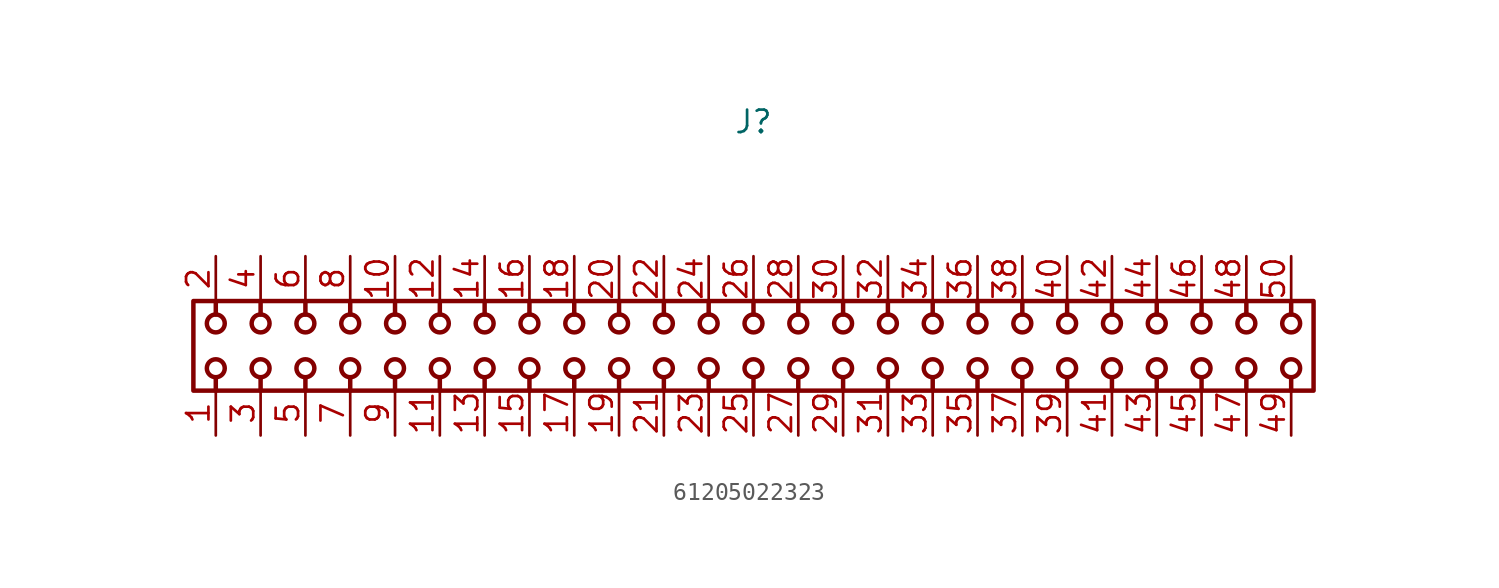
<source format=kicad_sym>
(kicad_symbol_lib
  (version 20241209)
  (generator "kicad_symbol_editor")
  (generator_version "9.0")
  (symbol "61205022323"
    (pin_names
      (hide yes))
    (property "Reference" "J"
      (at 0 12.7 0)
      (effects (font (size 1.27 1.27))))
    (symbol "61205022323_1_1"
      (rectangle (start -31.75 2.54) (end 31.75 -2.54) (stroke (width 0.254) (type solid)) (fill (type none)))
      (polyline (pts (xy -30.48 1.778) (xy -30.48 2.54)) (stroke (width 0.254) (type solid)) (fill (type none)))
      (circle (center -30.48 1.27) (radius 0.508) (stroke (width 0.254) (type solid)) (fill (type none)))
      (circle (center -30.48 -1.27) (radius 0.508) (stroke (width 0.254) (type solid)) (fill (type none)))
      (polyline (pts (xy -30.48 -1.778) (xy -30.48 -2.54)) (stroke (width 0.254) (type solid)) (fill (type none)))
      (polyline (pts (xy -27.94 1.778) (xy -27.94 2.54)) (stroke (width 0.254) (type solid)) (fill (type none)))
      (circle (center -27.94 1.27) (radius 0.508) (stroke (width 0.254) (type solid)) (fill (type none)))
      (circle (center -27.94 -1.27) (radius 0.508) (stroke (width 0.254) (type solid)) (fill (type none)))
      (polyline (pts (xy -27.94 -1.778) (xy -27.94 -2.54)) (stroke (width 0.254) (type solid)) (fill (type none)))
      (polyline (pts (xy -25.4 1.778) (xy -25.4 2.54)) (stroke (width 0.254) (type solid)) (fill (type none)))
      (circle (center -25.4 1.27) (radius 0.508) (stroke (width 0.254) (type solid)) (fill (type none)))
      (circle (center -25.4 -1.27) (radius 0.508) (stroke (width 0.254) (type solid)) (fill (type none)))
      (polyline (pts (xy -25.4 -1.778) (xy -25.4 -2.54)) (stroke (width 0.254) (type solid)) (fill (type none)))
      (polyline (pts (xy -22.86 1.778) (xy -22.86 2.54)) (stroke (width 0.254) (type solid)) (fill (type none)))
      (circle (center -22.86 1.27) (radius 0.508) (stroke (width 0.254) (type solid)) (fill (type none)))
      (circle (center -22.86 -1.27) (radius 0.508) (stroke (width 0.254) (type solid)) (fill (type none)))
      (polyline (pts (xy -22.86 -1.778) (xy -22.86 -2.54)) (stroke (width 0.254) (type solid)) (fill (type none)))
      (polyline (pts (xy -20.32 1.778) (xy -20.32 2.54)) (stroke (width 0.254) (type solid)) (fill (type none)))
      (circle (center -20.32 1.27) (radius 0.508) (stroke (width 0.254) (type solid)) (fill (type none)))
      (circle (center -20.32 -1.27) (radius 0.508) (stroke (width 0.254) (type solid)) (fill (type none)))
      (polyline (pts (xy -20.32 -1.778) (xy -20.32 -2.54)) (stroke (width 0.254) (type solid)) (fill (type none)))
      (polyline (pts (xy -17.78 1.778) (xy -17.78 2.54)) (stroke (width 0.254) (type solid)) (fill (type none)))
      (circle (center -17.78 1.27) (radius 0.508) (stroke (width 0.254) (type solid)) (fill (type none)))
      (circle (center -17.78 -1.27) (radius 0.508) (stroke (width 0.254) (type solid)) (fill (type none)))
      (polyline (pts (xy -17.78 -1.778) (xy -17.78 -2.54)) (stroke (width 0.254) (type solid)) (fill (type none)))
      (polyline (pts (xy -15.24 1.778) (xy -15.24 2.54)) (stroke (width 0.254) (type solid)) (fill (type none)))
      (circle (center -15.24 1.27) (radius 0.508) (stroke (width 0.254) (type solid)) (fill (type none)))
      (circle (center -15.24 -1.27) (radius 0.508) (stroke (width 0.254) (type solid)) (fill (type none)))
      (polyline (pts (xy -15.24 -1.778) (xy -15.24 -2.54)) (stroke (width 0.254) (type solid)) (fill (type none)))
      (polyline (pts (xy -12.7 1.778) (xy -12.7 2.54)) (stroke (width 0.254) (type solid)) (fill (type none)))
      (circle (center -12.7 1.27) (radius 0.508) (stroke (width 0.254) (type solid)) (fill (type none)))
      (circle (center -12.7 -1.27) (radius 0.508) (stroke (width 0.254) (type solid)) (fill (type none)))
      (polyline (pts (xy -12.7 -1.778) (xy -12.7 -2.54)) (stroke (width 0.254) (type solid)) (fill (type none)))
      (polyline (pts (xy -10.16 1.778) (xy -10.16 2.54)) (stroke (width 0.254) (type solid)) (fill (type none)))
      (circle (center -10.16 1.27) (radius 0.508) (stroke (width 0.254) (type solid)) (fill (type none)))
      (circle (center -10.16 -1.27) (radius 0.508) (stroke (width 0.254) (type solid)) (fill (type none)))
      (polyline (pts (xy -10.16 -1.778) (xy -10.16 -2.54)) (stroke (width 0.254) (type solid)) (fill (type none)))
      (polyline (pts (xy -7.62 1.778) (xy -7.62 2.54)) (stroke (width 0.254) (type solid)) (fill (type none)))
      (circle (center -7.62 1.27) (radius 0.508) (stroke (width 0.254) (type solid)) (fill (type none)))
      (circle (center -7.62 -1.27) (radius 0.508) (stroke (width 0.254) (type solid)) (fill (type none)))
      (polyline (pts (xy -7.62 -1.778) (xy -7.62 -2.54)) (stroke (width 0.254) (type solid)) (fill (type none)))
      (polyline (pts (xy -5.08 1.778) (xy -5.08 2.54)) (stroke (width 0.254) (type solid)) (fill (type none)))
      (circle (center -5.08 1.27) (radius 0.508) (stroke (width 0.254) (type solid)) (fill (type none)))
      (circle (center -5.08 -1.27) (radius 0.508) (stroke (width 0.254) (type solid)) (fill (type none)))
      (polyline (pts (xy -5.08 -1.778) (xy -5.08 -2.54)) (stroke (width 0.254) (type solid)) (fill (type none)))
      (polyline (pts (xy -2.54 1.778) (xy -2.54 2.54)) (stroke (width 0.254) (type solid)) (fill (type none)))
      (circle (center -2.54 1.27) (radius 0.508) (stroke (width 0.254) (type solid)) (fill (type none)))
      (circle (center -2.54 -1.27) (radius 0.508) (stroke (width 0.254) (type solid)) (fill (type none)))
      (polyline (pts (xy -2.54 -1.778) (xy -2.54 -2.54)) (stroke (width 0.254) (type solid)) (fill (type none)))
      (polyline (pts (xy 0 1.778) (xy 0 2.54)) (stroke (width 0.254) (type solid)) (fill (type none)))
      (circle (center 0 1.27) (radius 0.508) (stroke (width 0.254) (type solid)) (fill (type none)))
      (circle (center 0 -1.27) (radius 0.508) (stroke (width 0.254) (type solid)) (fill (type none)))
      (polyline (pts (xy 0 -1.778) (xy 0 -2.54)) (stroke (width 0.254) (type solid)) (fill (type none)))
      (polyline (pts (xy 2.54 1.778) (xy 2.54 2.54)) (stroke (width 0.254) (type solid)) (fill (type none)))
      (circle (center 2.54 1.27) (radius 0.508) (stroke (width 0.254) (type solid)) (fill (type none)))
      (circle (center 2.54 -1.27) (radius 0.508) (stroke (width 0.254) (type solid)) (fill (type none)))
      (polyline (pts (xy 2.54 -1.778) (xy 2.54 -2.54)) (stroke (width 0.254) (type solid)) (fill (type none)))
      (polyline (pts (xy 5.08 1.778) (xy 5.08 2.54)) (stroke (width 0.254) (type solid)) (fill (type none)))
      (circle (center 5.08 1.27) (radius 0.508) (stroke (width 0.254) (type solid)) (fill (type none)))
      (circle (center 5.08 -1.27) (radius 0.508) (stroke (width 0.254) (type solid)) (fill (type none)))
      (polyline (pts (xy 5.08 -1.778) (xy 5.08 -2.54)) (stroke (width 0.254) (type solid)) (fill (type none)))
      (polyline (pts (xy 7.62 1.778) (xy 7.62 2.54)) (stroke (width 0.254) (type solid)) (fill (type none)))
      (circle (center 7.62 1.27) (radius 0.508) (stroke (width 0.254) (type solid)) (fill (type none)))
      (circle (center 7.62 -1.27) (radius 0.508) (stroke (width 0.254) (type solid)) (fill (type none)))
      (polyline (pts (xy 7.62 -1.778) (xy 7.62 -2.54)) (stroke (width 0.254) (type solid)) (fill (type none)))
      (polyline (pts (xy 10.16 1.778) (xy 10.16 2.54)) (stroke (width 0.254) (type solid)) (fill (type none)))
      (circle (center 10.16 1.27) (radius 0.508) (stroke (width 0.254) (type solid)) (fill (type none)))
      (circle (center 10.16 -1.27) (radius 0.508) (stroke (width 0.254) (type solid)) (fill (type none)))
      (polyline (pts (xy 10.16 -1.778) (xy 10.16 -2.54)) (stroke (width 0.254) (type solid)) (fill (type none)))
      (polyline (pts (xy 12.7 1.778) (xy 12.7 2.54)) (stroke (width 0.254) (type solid)) (fill (type none)))
      (circle (center 12.7 1.27) (radius 0.508) (stroke (width 0.254) (type solid)) (fill (type none)))
      (circle (center 12.7 -1.27) (radius 0.508) (stroke (width 0.254) (type solid)) (fill (type none)))
      (polyline (pts (xy 12.7 -1.778) (xy 12.7 -2.54)) (stroke (width 0.254) (type solid)) (fill (type none)))
      (polyline (pts (xy 15.24 1.778) (xy 15.24 2.54)) (stroke (width 0.254) (type solid)) (fill (type none)))
      (circle (center 15.24 1.27) (radius 0.508) (stroke (width 0.254) (type solid)) (fill (type none)))
      (circle (center 15.24 -1.27) (radius 0.508) (stroke (width 0.254) (type solid)) (fill (type none)))
      (polyline (pts (xy 15.24 -1.778) (xy 15.24 -2.54)) (stroke (width 0.254) (type solid)) (fill (type none)))
      (polyline (pts (xy 17.78 1.778) (xy 17.78 2.54)) (stroke (width 0.254) (type solid)) (fill (type none)))
      (circle (center 17.78 1.27) (radius 0.508) (stroke (width 0.254) (type solid)) (fill (type none)))
      (circle (center 17.78 -1.27) (radius 0.508) (stroke (width 0.254) (type solid)) (fill (type none)))
      (polyline (pts (xy 17.78 -1.778) (xy 17.78 -2.54)) (stroke (width 0.254) (type solid)) (fill (type none)))
      (polyline (pts (xy 20.32 1.778) (xy 20.32 2.54)) (stroke (width 0.254) (type solid)) (fill (type none)))
      (circle (center 20.32 1.27) (radius 0.508) (stroke (width 0.254) (type solid)) (fill (type none)))
      (circle (center 20.32 -1.27) (radius 0.508) (stroke (width 0.254) (type solid)) (fill (type none)))
      (polyline (pts (xy 20.32 -1.778) (xy 20.32 -2.54)) (stroke (width 0.254) (type solid)) (fill (type none)))
      (polyline (pts (xy 22.86 1.778) (xy 22.86 2.54)) (stroke (width 0.254) (type solid)) (fill (type none)))
      (circle (center 22.86 1.27) (radius 0.508) (stroke (width 0.254) (type solid)) (fill (type none)))
      (circle (center 22.86 -1.27) (radius 0.508) (stroke (width 0.254) (type solid)) (fill (type none)))
      (polyline (pts (xy 22.86 -1.778) (xy 22.86 -2.54)) (stroke (width 0.254) (type solid)) (fill (type none)))
      (polyline (pts (xy 25.4 1.778) (xy 25.4 2.54)) (stroke (width 0.254) (type solid)) (fill (type none)))
      (circle (center 25.4 1.27) (radius 0.508) (stroke (width 0.254) (type solid)) (fill (type none)))
      (circle (center 25.4 -1.27) (radius 0.508) (stroke (width 0.254) (type solid)) (fill (type none)))
      (polyline (pts (xy 25.4 -1.778) (xy 25.4 -2.54)) (stroke (width 0.254) (type solid)) (fill (type none)))
      (polyline (pts (xy 27.94 1.778) (xy 27.94 2.54)) (stroke (width 0.254) (type solid)) (fill (type none)))
      (circle (center 27.94 1.27) (radius 0.508) (stroke (width 0.254) (type solid)) (fill (type none)))
      (circle (center 27.94 -1.27) (radius 0.508) (stroke (width 0.254) (type solid)) (fill (type none)))
      (polyline (pts (xy 27.94 -1.778) (xy 27.94 -2.54)) (stroke (width 0.254) (type solid)) (fill (type none)))
      (polyline (pts (xy 30.48 1.778) (xy 30.48 2.54)) (stroke (width 0.254) (type solid)) (fill (type none)))
      (circle (center 30.48 1.27) (radius 0.508) (stroke (width 0.254) (type solid)) (fill (type none)))
      (circle (center 30.48 -1.27) (radius 0.508) (stroke (width 0.254) (type solid)) (fill (type none)))
      (polyline (pts (xy 30.48 -1.778) (xy 30.48 -2.54)) (stroke (width 0.254) (type solid)) (fill (type none)))
      (pin passive line (at -30.48 5.08 270) (length 2.54) (name "2" (effects (font (size 1.27 1.27)))) (number "2" (effects (font (size 1.27 1.27)))))
      (pin passive line (at -30.48 -5.08 90) (length 2.54) (name "1" (effects (font (size 1.27 1.27)))) (number "1" (effects (font (size 1.27 1.27)))))
      (pin passive line (at -27.94 5.08 270) (length 2.54) (name "4" (effects (font (size 1.27 1.27)))) (number "4" (effects (font (size 1.27 1.27)))))
      (pin passive line (at -27.94 -5.08 90) (length 2.54) (name "3" (effects (font (size 1.27 1.27)))) (number "3" (effects (font (size 1.27 1.27)))))
      (pin passive line (at -25.4 5.08 270) (length 2.54) (name "6" (effects (font (size 1.27 1.27)))) (number "6" (effects (font (size 1.27 1.27)))))
      (pin passive line (at -25.4 -5.08 90) (length 2.54) (name "5" (effects (font (size 1.27 1.27)))) (number "5" (effects (font (size 1.27 1.27)))))
      (pin passive line (at -22.86 5.08 270) (length 2.54) (name "8" (effects (font (size 1.27 1.27)))) (number "8" (effects (font (size 1.27 1.27)))))
      (pin passive line (at -22.86 -5.08 90) (length 2.54) (name "7" (effects (font (size 1.27 1.27)))) (number "7" (effects (font (size 1.27 1.27)))))
      (pin passive line (at -20.32 5.08 270) (length 2.54) (name "10" (effects (font (size 1.27 1.27)))) (number "10" (effects (font (size 1.27 1.27)))))
      (pin passive line (at -20.32 -5.08 90) (length 2.54) (name "9" (effects (font (size 1.27 1.27)))) (number "9" (effects (font (size 1.27 1.27)))))
      (pin passive line (at -17.78 5.08 270) (length 2.54) (name "12" (effects (font (size 1.27 1.27)))) (number "12" (effects (font (size 1.27 1.27)))))
      (pin passive line (at -17.78 -5.08 90) (length 2.54) (name "11" (effects (font (size 1.27 1.27)))) (number "11" (effects (font (size 1.27 1.27)))))
      (pin passive line (at -15.24 5.08 270) (length 2.54) (name "14" (effects (font (size 1.27 1.27)))) (number "14" (effects (font (size 1.27 1.27)))))
      (pin passive line (at -15.24 -5.08 90) (length 2.54) (name "13" (effects (font (size 1.27 1.27)))) (number "13" (effects (font (size 1.27 1.27)))))
      (pin passive line (at -12.7 5.08 270) (length 2.54) (name "16" (effects (font (size 1.27 1.27)))) (number "16" (effects (font (size 1.27 1.27)))))
      (pin passive line (at -12.7 -5.08 90) (length 2.54) (name "15" (effects (font (size 1.27 1.27)))) (number "15" (effects (font (size 1.27 1.27)))))
      (pin passive line (at -10.16 5.08 270) (length 2.54) (name "18" (effects (font (size 1.27 1.27)))) (number "18" (effects (font (size 1.27 1.27)))))
      (pin passive line (at -10.16 -5.08 90) (length 2.54) (name "17" (effects (font (size 1.27 1.27)))) (number "17" (effects (font (size 1.27 1.27)))))
      (pin passive line (at -7.62 5.08 270) (length 2.54) (name "20" (effects (font (size 1.27 1.27)))) (number "20" (effects (font (size 1.27 1.27)))))
      (pin passive line (at -7.62 -5.08 90) (length 2.54) (name "19" (effects (font (size 1.27 1.27)))) (number "19" (effects (font (size 1.27 1.27)))))
      (pin passive line (at -5.08 5.08 270) (length 2.54) (name "22" (effects (font (size 1.27 1.27)))) (number "22" (effects (font (size 1.27 1.27)))))
      (pin passive line (at -5.08 -5.08 90) (length 2.54) (name "21" (effects (font (size 1.27 1.27)))) (number "21" (effects (font (size 1.27 1.27)))))
      (pin passive line (at -2.54 5.08 270) (length 2.54) (name "24" (effects (font (size 1.27 1.27)))) (number "24" (effects (font (size 1.27 1.27)))))
      (pin passive line (at -2.54 -5.08 90) (length 2.54) (name "23" (effects (font (size 1.27 1.27)))) (number "23" (effects (font (size 1.27 1.27)))))
      (pin passive line (at 0 5.08 270) (length 2.54) (name "26" (effects (font (size 1.27 1.27)))) (number "26" (effects (font (size 1.27 1.27)))))
      (pin passive line (at 0 -5.08 90) (length 2.54) (name "25" (effects (font (size 1.27 1.27)))) (number "25" (effects (font (size 1.27 1.27)))))
      (pin passive line (at 2.54 5.08 270) (length 2.54) (name "28" (effects (font (size 1.27 1.27)))) (number "28" (effects (font (size 1.27 1.27)))))
      (pin passive line (at 2.54 -5.08 90) (length 2.54) (name "27" (effects (font (size 1.27 1.27)))) (number "27" (effects (font (size 1.27 1.27)))))
      (pin passive line (at 5.08 5.08 270) (length 2.54) (name "30" (effects (font (size 1.27 1.27)))) (number "30" (effects (font (size 1.27 1.27)))))
      (pin passive line (at 5.08 -5.08 90) (length 2.54) (name "29" (effects (font (size 1.27 1.27)))) (number "29" (effects (font (size 1.27 1.27)))))
      (pin passive line (at 7.62 5.08 270) (length 2.54) (name "32" (effects (font (size 1.27 1.27)))) (number "32" (effects (font (size 1.27 1.27)))))
      (pin passive line (at 7.62 -5.08 90) (length 2.54) (name "31" (effects (font (size 1.27 1.27)))) (number "31" (effects (font (size 1.27 1.27)))))
      (pin passive line (at 10.16 5.08 270) (length 2.54) (name "34" (effects (font (size 1.27 1.27)))) (number "34" (effects (font (size 1.27 1.27)))))
      (pin passive line (at 10.16 -5.08 90) (length 2.54) (name "33" (effects (font (size 1.27 1.27)))) (number "33" (effects (font (size 1.27 1.27)))))
      (pin passive line (at 12.7 5.08 270) (length 2.54) (name "36" (effects (font (size 1.27 1.27)))) (number "36" (effects (font (size 1.27 1.27)))))
      (pin passive line (at 12.7 -5.08 90) (length 2.54) (name "35" (effects (font (size 1.27 1.27)))) (number "35" (effects (font (size 1.27 1.27)))))
      (pin passive line (at 15.24 5.08 270) (length 2.54) (name "38" (effects (font (size 1.27 1.27)))) (number "38" (effects (font (size 1.27 1.27)))))
      (pin passive line (at 15.24 -5.08 90) (length 2.54) (name "37" (effects (font (size 1.27 1.27)))) (number "37" (effects (font (size 1.27 1.27)))))
      (pin passive line (at 17.78 5.08 270) (length 2.54) (name "40" (effects (font (size 1.27 1.27)))) (number "40" (effects (font (size 1.27 1.27)))))
      (pin passive line (at 17.78 -5.08 90) (length 2.54) (name "39" (effects (font (size 1.27 1.27)))) (number "39" (effects (font (size 1.27 1.27)))))
      (pin passive line (at 20.32 5.08 270) (length 2.54) (name "42" (effects (font (size 1.27 1.27)))) (number "42" (effects (font (size 1.27 1.27)))))
      (pin passive line (at 20.32 -5.08 90) (length 2.54) (name "41" (effects (font (size 1.27 1.27)))) (number "41" (effects (font (size 1.27 1.27)))))
      (pin passive line (at 22.86 5.08 270) (length 2.54) (name "44" (effects (font (size 1.27 1.27)))) (number "44" (effects (font (size 1.27 1.27)))))
      (pin passive line (at 22.86 -5.08 90) (length 2.54) (name "43" (effects (font (size 1.27 1.27)))) (number "43" (effects (font (size 1.27 1.27)))))
      (pin passive line (at 25.4 5.08 270) (length 2.54) (name "46" (effects (font (size 1.27 1.27)))) (number "46" (effects (font (size 1.27 1.27)))))
      (pin passive line (at 25.4 -5.08 90) (length 2.54) (name "45" (effects (font (size 1.27 1.27)))) (number "45" (effects (font (size 1.27 1.27)))))
      (pin passive line (at 27.94 5.08 270) (length 2.54) (name "48" (effects (font (size 1.27 1.27)))) (number "48" (effects (font (size 1.27 1.27)))))
      (pin passive line (at 27.94 -5.08 90) (length 2.54) (name "47" (effects (font (size 1.27 1.27)))) (number "47" (effects (font (size 1.27 1.27)))))
      (pin passive line (at 30.48 5.08 270) (length 2.54) (name "50" (effects (font (size 1.27 1.27)))) (number "50" (effects (font (size 1.27 1.27)))))
      (pin passive line (at 30.48 -5.08 90) (length 2.54) (name "49" (effects (font (size 1.27 1.27)))) (number "49" (effects (font (size 1.27 1.27))))))))
</source>
